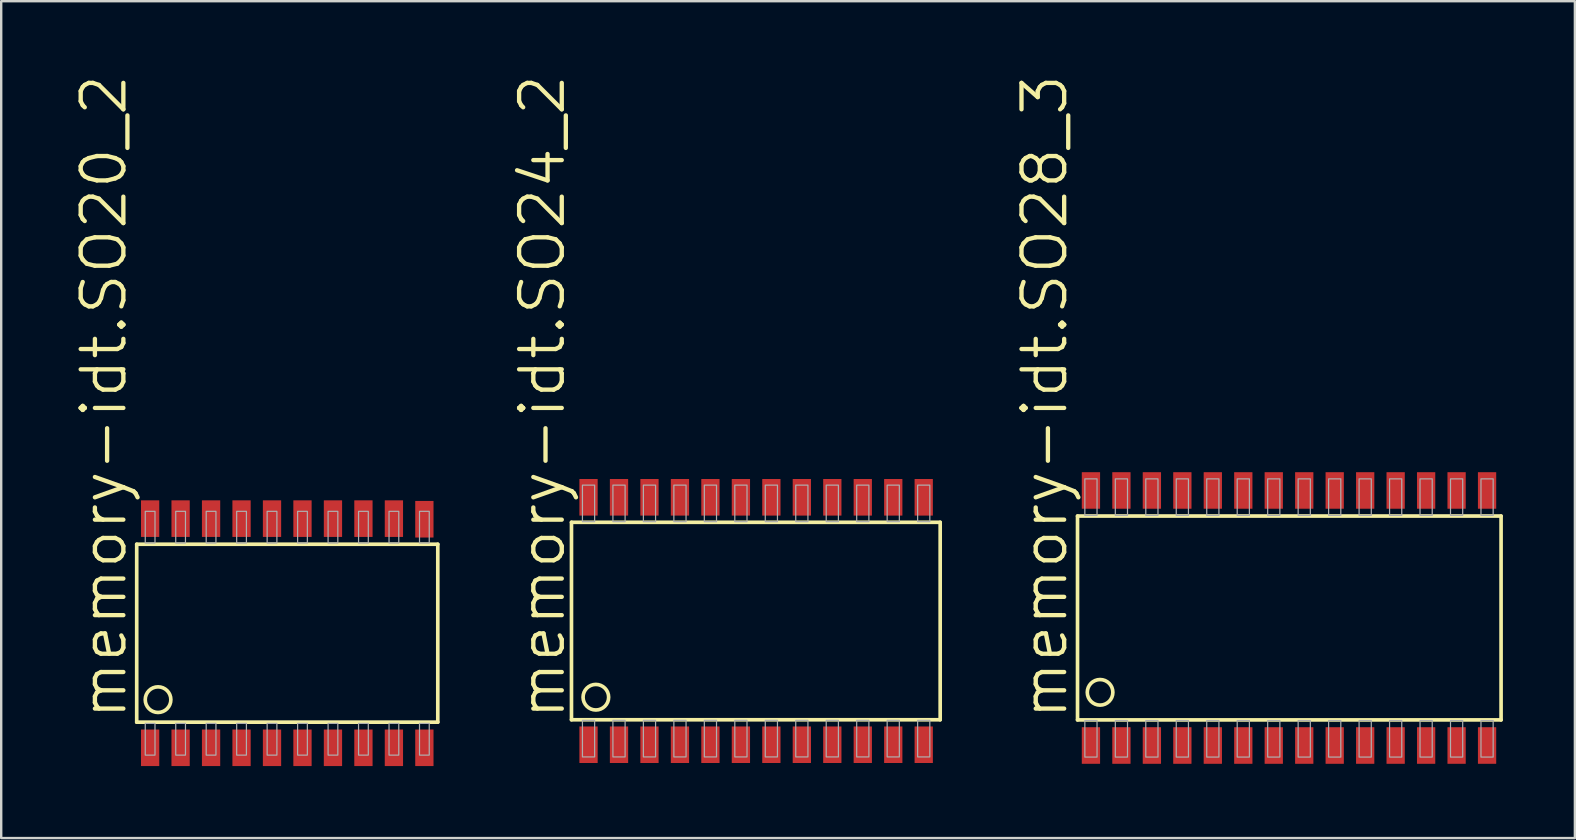
<source format=kicad_pcb>
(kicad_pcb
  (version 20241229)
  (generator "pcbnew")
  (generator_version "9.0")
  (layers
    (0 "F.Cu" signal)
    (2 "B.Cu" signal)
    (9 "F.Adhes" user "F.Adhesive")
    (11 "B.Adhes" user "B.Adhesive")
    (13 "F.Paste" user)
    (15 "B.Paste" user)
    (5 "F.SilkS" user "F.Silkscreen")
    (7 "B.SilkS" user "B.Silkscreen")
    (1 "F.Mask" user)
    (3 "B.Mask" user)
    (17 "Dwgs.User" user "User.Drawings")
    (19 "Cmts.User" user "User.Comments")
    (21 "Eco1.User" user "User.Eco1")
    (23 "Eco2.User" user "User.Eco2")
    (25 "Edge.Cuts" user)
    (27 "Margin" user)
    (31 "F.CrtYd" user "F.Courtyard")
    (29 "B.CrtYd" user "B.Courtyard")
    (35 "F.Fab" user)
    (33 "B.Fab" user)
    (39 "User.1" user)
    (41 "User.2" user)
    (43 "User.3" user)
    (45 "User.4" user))
  (footprint "memory-idt.SO28_3"
    (layer "F.Cu")
    (at 50.673 22.706)
    (property "Reference" "memory-idt.SO28_3" (at -9.144 4.318 90) (layer "F.SilkS") (effects (font (size 1.778 1.778) (thickness 0.18)) (justify left bottom)))
    (attr smd)
    (fp_line (start -8.814 -4.248) (end -8.814 4.248) (stroke (width 0.152) (type default)) (layer "F.SilkS"))
    (fp_line (start -8.814 4.248) (end 8.839 4.248) (stroke (width 0.152) (type default)) (layer "F.SilkS"))
    (fp_line (start 8.839 -4.248) (end -8.814 -4.248) (stroke (width 0.152) (type default)) (layer "F.SilkS"))
    (fp_line (start 8.839 4.248) (end 8.839 -4.248) (stroke (width 0.152) (type default)) (layer "F.SilkS"))
    (fp_circle (center -7.874 3.099) (end -7.341 3.099) (stroke (width 0.152) (type default)) (fill no) (layer "F.SilkS"))
    (fp_rect (start -8.509 -4.274) (end -8.001 -5.798) (stroke (width 0.05) (type default)) (fill no) (layer "F.Fab"))
    (fp_rect (start -8.509 5.798) (end -8.001 4.274) (stroke (width 0.05) (type default)) (fill no) (layer "F.Fab"))
    (fp_rect (start -7.239 -4.274) (end -6.731 -5.798) (stroke (width 0.05) (type default)) (fill no) (layer "F.Fab"))
    (fp_rect (start -7.239 5.798) (end -6.731 4.274) (stroke (width 0.05) (type default)) (fill no) (layer "F.Fab"))
    (fp_rect (start -5.969 -4.274) (end -5.461 -5.798) (stroke (width 0.05) (type default)) (fill no) (layer "F.Fab"))
    (fp_rect (start -5.969 5.798) (end -5.461 4.274) (stroke (width 0.05) (type default)) (fill no) (layer "F.Fab"))
    (fp_rect (start -4.699 -4.274) (end -4.191 -5.798) (stroke (width 0.05) (type default)) (fill no) (layer "F.Fab"))
    (fp_rect (start -4.699 5.798) (end -4.191 4.274) (stroke (width 0.05) (type default)) (fill no) (layer "F.Fab"))
    (fp_rect (start -3.429 -4.274) (end -2.921 -5.798) (stroke (width 0.05) (type default)) (fill no) (layer "F.Fab"))
    (fp_rect (start -3.429 5.798) (end -2.921 4.274) (stroke (width 0.05) (type default)) (fill no) (layer "F.Fab"))
    (fp_rect (start -2.159 -4.274) (end -1.651 -5.798) (stroke (width 0.05) (type default)) (fill no) (layer "F.Fab"))
    (fp_rect (start -2.159 5.798) (end -1.651 4.274) (stroke (width 0.05) (type default)) (fill no) (layer "F.Fab"))
    (fp_rect (start -0.889 -4.274) (end -0.381 -5.798) (stroke (width 0.05) (type default)) (fill no) (layer "F.Fab"))
    (fp_rect (start -0.889 5.798) (end -0.381 4.274) (stroke (width 0.05) (type default)) (fill no) (layer "F.Fab"))
    (fp_rect (start 0.381 -4.274) (end 0.889 -5.798) (stroke (width 0.05) (type default)) (fill no) (layer "F.Fab"))
    (fp_rect (start 0.381 5.798) (end 0.889 4.274) (stroke (width 0.05) (type default)) (fill no) (layer "F.Fab"))
    (fp_rect (start 1.651 -4.274) (end 2.159 -5.798) (stroke (width 0.05) (type default)) (fill no) (layer "F.Fab"))
    (fp_rect (start 1.651 5.798) (end 2.159 4.274) (stroke (width 0.05) (type default)) (fill no) (layer "F.Fab"))
    (fp_rect (start 2.921 -4.274) (end 3.429 -5.798) (stroke (width 0.05) (type default)) (fill no) (layer "F.Fab"))
    (fp_rect (start 2.921 5.798) (end 3.429 4.274) (stroke (width 0.05) (type default)) (fill no) (layer "F.Fab"))
    (fp_rect (start 4.191 -4.274) (end 4.699 -5.798) (stroke (width 0.05) (type default)) (fill no) (layer "F.Fab"))
    (fp_rect (start 4.191 5.798) (end 4.699 4.274) (stroke (width 0.05) (type default)) (fill no) (layer "F.Fab"))
    (fp_rect (start 5.461 -4.274) (end 5.969 -5.798) (stroke (width 0.05) (type default)) (fill no) (layer "F.Fab"))
    (fp_rect (start 5.461 5.798) (end 5.969 4.274) (stroke (width 0.05) (type default)) (fill no) (layer "F.Fab"))
    (fp_rect (start 6.731 -4.274) (end 7.239 -5.798) (stroke (width 0.05) (type default)) (fill no) (layer "F.Fab"))
    (fp_rect (start 6.731 5.798) (end 7.239 4.274) (stroke (width 0.05) (type default)) (fill no) (layer "F.Fab"))
    (fp_rect (start 8.001 -4.274) (end 8.509 -5.798) (stroke (width 0.05) (type default)) (fill no) (layer "F.Fab"))
    (fp_rect (start 8.001 5.798) (end 8.509 4.274) (stroke (width 0.05) (type default)) (fill no) (layer "F.Fab"))
    (pad "1" smd roundrect (at -8.255 5.315) (size 0.762 1.524) (layers "F.Cu" "F.Mask" "F.Paste") (roundrect_rratio 0.01))
    (pad "2" smd roundrect (at -6.985 5.315) (size 0.762 1.524) (layers "F.Cu" "F.Mask" "F.Paste") (roundrect_rratio 0.01))
    (pad "3" smd roundrect (at -5.715 5.315) (size 0.762 1.524) (layers "F.Cu" "F.Mask" "F.Paste") (roundrect_rratio 0.01))
    (pad "4" smd roundrect (at -4.445 5.315) (size 0.762 1.524) (layers "F.Cu" "F.Mask" "F.Paste") (roundrect_rratio 0.01))
    (pad "5" smd roundrect (at -3.175 5.315) (size 0.762 1.524) (layers "F.Cu" "F.Mask" "F.Paste") (roundrect_rratio 0.01))
    (pad "6" smd roundrect (at -1.905 5.315) (size 0.762 1.524) (layers "F.Cu" "F.Mask" "F.Paste") (roundrect_rratio 0.01))
    (pad "7" smd roundrect (at -0.635 5.315) (size 0.762 1.524) (layers "F.Cu" "F.Mask" "F.Paste") (roundrect_rratio 0.01))
    (pad "8" smd roundrect (at 0.635 5.315) (size 0.762 1.524) (layers "F.Cu" "F.Mask" "F.Paste") (roundrect_rratio 0.01))
    (pad "9" smd roundrect (at 1.905 5.315) (size 0.762 1.524) (layers "F.Cu" "F.Mask" "F.Paste") (roundrect_rratio 0.01))
    (pad "10" smd roundrect (at 3.175 5.315) (size 0.762 1.524) (layers "F.Cu" "F.Mask" "F.Paste") (roundrect_rratio 0.01))
    (pad "11" smd roundrect (at 4.445 5.315) (size 0.762 1.524) (layers "F.Cu" "F.Mask" "F.Paste") (roundrect_rratio 0.01))
    (pad "12" smd roundrect (at 5.715 5.315) (size 0.762 1.524) (layers "F.Cu" "F.Mask" "F.Paste") (roundrect_rratio 0.01))
    (pad "13" smd roundrect (at 6.985 5.315) (size 0.762 1.524) (layers "F.Cu" "F.Mask" "F.Paste") (roundrect_rratio 0.01))
    (pad "14" smd roundrect (at 8.255 5.315) (size 0.762 1.524) (layers "F.Cu" "F.Mask" "F.Paste") (roundrect_rratio 0.01))
    (pad "15" smd roundrect (at 8.255 -5.315) (size 0.762 1.524) (layers "F.Cu" "F.Mask" "F.Paste") (roundrect_rratio 0.01))
    (pad "16" smd roundrect (at 6.985 -5.315) (size 0.762 1.524) (layers "F.Cu" "F.Mask" "F.Paste") (roundrect_rratio 0.01))
    (pad "17" smd roundrect (at 5.715 -5.315) (size 0.762 1.524) (layers "F.Cu" "F.Mask" "F.Paste") (roundrect_rratio 0.01))
    (pad "18" smd roundrect (at 4.445 -5.315) (size 0.762 1.524) (layers "F.Cu" "F.Mask" "F.Paste") (roundrect_rratio 0.01))
    (pad "19" smd roundrect (at 3.175 -5.315) (size 0.762 1.524) (layers "F.Cu" "F.Mask" "F.Paste") (roundrect_rratio 0.01))
    (pad "20" smd roundrect (at 1.905 -5.315) (size 0.762 1.524) (layers "F.Cu" "F.Mask" "F.Paste") (roundrect_rratio 0.01))
    (pad "21" smd roundrect (at 0.635 -5.315) (size 0.762 1.524) (layers "F.Cu" "F.Mask" "F.Paste") (roundrect_rratio 0.01))
    (pad "22" smd roundrect (at -0.635 -5.315) (size 0.762 1.524) (layers "F.Cu" "F.Mask" "F.Paste") (roundrect_rratio 0.01))
    (pad "23" smd roundrect (at -1.905 -5.315) (size 0.762 1.524) (layers "F.Cu" "F.Mask" "F.Paste") (roundrect_rratio 0.01))
    (pad "24" smd roundrect (at -3.175 -5.315) (size 0.762 1.524) (layers "F.Cu" "F.Mask" "F.Paste") (roundrect_rratio 0.01))
    (pad "25" smd roundrect (at -4.445 -5.315) (size 0.762 1.524) (layers "F.Cu" "F.Mask" "F.Paste") (roundrect_rratio 0.01))
    (pad "26" smd roundrect (at -5.715 -5.315) (size 0.762 1.524) (layers "F.Cu" "F.Mask" "F.Paste") (roundrect_rratio 0.01))
    (pad "27" smd roundrect (at -6.985 -5.315) (size 0.762 1.524) (layers "F.Cu" "F.Mask" "F.Paste") (roundrect_rratio 0.01))
    (pad "28" smd roundrect (at -8.255 -5.315) (size 0.762 1.524) (layers "F.Cu" "F.Mask" "F.Paste") (roundrect_rratio 0.01)))
  (footprint "memory-idt.SO20_2"
    (layer "F.Cu")
    (at 8.922 23.341)
    (property "Reference" "memory-idt.SO20_2" (at -6.604 3.683 90) (layer "F.SilkS") (effects (font (size 1.778 1.778) (thickness 0.18)) (justify left bottom)))
    (attr smd)
    (fp_line (start -6.274 -3.708) (end -6.274 3.708) (stroke (width 0.152) (type default)) (layer "F.SilkS"))
    (fp_line (start -6.274 3.708) (end 6.274 3.708) (stroke (width 0.152) (type default)) (layer "F.SilkS"))
    (fp_line (start 6.274 -3.708) (end -6.274 -3.708) (stroke (width 0.152) (type default)) (layer "F.SilkS"))
    (fp_line (start 6.274 3.708) (end 6.274 -3.708) (stroke (width 0.152) (type default)) (layer "F.SilkS"))
    (fp_circle (center -5.385 2.769) (end -4.851 2.769) (stroke (width 0.152) (type default)) (fill no) (layer "F.SilkS"))
    (fp_rect (start -5.918 -3.759) (end -5.512 -5.08) (stroke (width 0.05) (type default)) (fill no) (layer "F.Fab"))
    (fp_rect (start -5.918 5.08) (end -5.512 3.759) (stroke (width 0.05) (type default)) (fill no) (layer "F.Fab"))
    (fp_rect (start -4.648 -3.759) (end -4.242 -5.08) (stroke (width 0.05) (type default)) (fill no) (layer "F.Fab"))
    (fp_rect (start -4.648 5.08) (end -4.242 3.759) (stroke (width 0.05) (type default)) (fill no) (layer "F.Fab"))
    (fp_rect (start -3.378 -3.759) (end -2.972 -5.08) (stroke (width 0.05) (type default)) (fill no) (layer "F.Fab"))
    (fp_rect (start -3.378 5.08) (end -2.972 3.759) (stroke (width 0.05) (type default)) (fill no) (layer "F.Fab"))
    (fp_rect (start -2.108 -3.759) (end -1.702 -5.08) (stroke (width 0.05) (type default)) (fill no) (layer "F.Fab"))
    (fp_rect (start -2.108 5.08) (end -1.702 3.759) (stroke (width 0.05) (type default)) (fill no) (layer "F.Fab"))
    (fp_rect (start -0.838 -3.759) (end -0.432 -5.08) (stroke (width 0.05) (type default)) (fill no) (layer "F.Fab"))
    (fp_rect (start -0.838 5.08) (end -0.432 3.759) (stroke (width 0.05) (type default)) (fill no) (layer "F.Fab"))
    (fp_rect (start 0.432 -3.759) (end 0.838 -5.08) (stroke (width 0.05) (type default)) (fill no) (layer "F.Fab"))
    (fp_rect (start 0.432 5.08) (end 0.838 3.759) (stroke (width 0.05) (type default)) (fill no) (layer "F.Fab"))
    (fp_rect (start 1.702 -3.759) (end 2.108 -5.08) (stroke (width 0.05) (type default)) (fill no) (layer "F.Fab"))
    (fp_rect (start 1.702 5.08) (end 2.108 3.759) (stroke (width 0.05) (type default)) (fill no) (layer "F.Fab"))
    (fp_rect (start 2.972 -3.759) (end 3.378 -5.08) (stroke (width 0.05) (type default)) (fill no) (layer "F.Fab"))
    (fp_rect (start 2.972 5.08) (end 3.378 3.759) (stroke (width 0.05) (type default)) (fill no) (layer "F.Fab"))
    (fp_rect (start 4.242 -3.759) (end 4.648 -5.08) (stroke (width 0.05) (type default)) (fill no) (layer "F.Fab"))
    (fp_rect (start 4.242 5.08) (end 4.648 3.759) (stroke (width 0.05) (type default)) (fill no) (layer "F.Fab"))
    (fp_rect (start 5.512 -3.759) (end 5.918 -5.08) (stroke (width 0.05) (type default)) (fill no) (layer "F.Fab"))
    (fp_rect (start 5.512 5.08) (end 5.918 3.759) (stroke (width 0.05) (type default)) (fill no) (layer "F.Fab"))
    (pad "1" smd roundrect (at -5.715 4.775) (size 0.762 1.524) (layers "F.Cu" "F.Mask" "F.Paste") (roundrect_rratio 0.01))
    (pad "2" smd roundrect (at -4.445 4.775) (size 0.762 1.524) (layers "F.Cu" "F.Mask" "F.Paste") (roundrect_rratio 0.01))
    (pad "3" smd roundrect (at -3.175 4.775) (size 0.762 1.524) (layers "F.Cu" "F.Mask" "F.Paste") (roundrect_rratio 0.01))
    (pad "4" smd roundrect (at -1.905 4.775) (size 0.762 1.524) (layers "F.Cu" "F.Mask" "F.Paste") (roundrect_rratio 0.01))
    (pad "5" smd roundrect (at -0.635 4.775) (size 0.762 1.524) (layers "F.Cu" "F.Mask" "F.Paste") (roundrect_rratio 0.01))
    (pad "6" smd roundrect (at 0.635 4.775) (size 0.762 1.524) (layers "F.Cu" "F.Mask" "F.Paste") (roundrect_rratio 0.01))
    (pad "7" smd roundrect (at 1.905 4.775) (size 0.762 1.524) (layers "F.Cu" "F.Mask" "F.Paste") (roundrect_rratio 0.01))
    (pad "8" smd roundrect (at 3.175 4.775) (size 0.762 1.524) (layers "F.Cu" "F.Mask" "F.Paste") (roundrect_rratio 0.01))
    (pad "9" smd roundrect (at 4.445 4.775) (size 0.762 1.524) (layers "F.Cu" "F.Mask" "F.Paste") (roundrect_rratio 0.01))
    (pad "10" smd roundrect (at 5.715 4.775) (size 0.762 1.524) (layers "F.Cu" "F.Mask" "F.Paste") (roundrect_rratio 0.01))
    (pad "11" smd roundrect (at 5.715 -4.75) (size 0.762 1.524) (layers "F.Cu" "F.Mask" "F.Paste") (roundrect_rratio 0.01))
    (pad "12" smd roundrect (at 4.445 -4.775) (size 0.762 1.524) (layers "F.Cu" "F.Mask" "F.Paste") (roundrect_rratio 0.01))
    (pad "13" smd roundrect (at 3.175 -4.775) (size 0.762 1.524) (layers "F.Cu" "F.Mask" "F.Paste") (roundrect_rratio 0.01))
    (pad "14" smd roundrect (at 1.905 -4.775) (size 0.762 1.524) (layers "F.Cu" "F.Mask" "F.Paste") (roundrect_rratio 0.01))
    (pad "15" smd roundrect (at 0.635 -4.775) (size 0.762 1.524) (layers "F.Cu" "F.Mask" "F.Paste") (roundrect_rratio 0.01))
    (pad "16" smd roundrect (at -0.635 -4.775) (size 0.762 1.524) (layers "F.Cu" "F.Mask" "F.Paste") (roundrect_rratio 0.01))
    (pad "17" smd roundrect (at -1.905 -4.775) (size 0.762 1.524) (layers "F.Cu" "F.Mask" "F.Paste") (roundrect_rratio 0.01))
    (pad "18" smd roundrect (at -3.175 -4.775) (size 0.762 1.524) (layers "F.Cu" "F.Mask" "F.Paste") (roundrect_rratio 0.01))
    (pad "19" smd roundrect (at -4.445 -4.775) (size 0.762 1.524) (layers "F.Cu" "F.Mask" "F.Paste") (roundrect_rratio 0.01))
    (pad "20" smd roundrect (at -5.715 -4.775) (size 0.762 1.524) (layers "F.Cu" "F.Mask" "F.Paste") (roundrect_rratio 0.01)))
  (footprint "memory-idt.SO24_2"
    (layer "F.Cu")
    (at 28.464 22.833)
    (property "Reference" "memory-idt.SO24_2" (at -7.874 4.191 90) (layer "F.SilkS") (effects (font (size 1.778 1.778) (thickness 0.18)) (justify left bottom)))
    (attr smd)
    (fp_line (start -7.696 -4.115) (end -7.696 4.115) (stroke (width 0.152) (type default)) (layer "F.SilkS"))
    (fp_line (start -7.696 4.115) (end 7.671 4.115) (stroke (width 0.152) (type default)) (layer "F.SilkS"))
    (fp_line (start 7.671 -4.115) (end -7.696 -4.115) (stroke (width 0.152) (type default)) (layer "F.SilkS"))
    (fp_line (start 7.671 4.115) (end 7.671 -4.115) (stroke (width 0.152) (type default)) (layer "F.SilkS"))
    (fp_circle (center -6.68 3.175) (end -6.147 3.175) (stroke (width 0.152) (type default)) (fill no) (layer "F.SilkS"))
    (fp_rect (start -7.239 -4.14) (end -6.731 -5.664) (stroke (width 0.05) (type default)) (fill no) (layer "F.Fab"))
    (fp_rect (start -7.239 5.664) (end -6.731 4.14) (stroke (width 0.05) (type default)) (fill no) (layer "F.Fab"))
    (fp_rect (start -5.969 -4.14) (end -5.461 -5.664) (stroke (width 0.05) (type default)) (fill no) (layer "F.Fab"))
    (fp_rect (start -5.969 5.664) (end -5.461 4.14) (stroke (width 0.05) (type default)) (fill no) (layer "F.Fab"))
    (fp_rect (start -4.699 -4.14) (end -4.191 -5.664) (stroke (width 0.05) (type default)) (fill no) (layer "F.Fab"))
    (fp_rect (start -4.699 5.664) (end -4.191 4.14) (stroke (width 0.05) (type default)) (fill no) (layer "F.Fab"))
    (fp_rect (start -3.429 -4.14) (end -2.921 -5.664) (stroke (width 0.05) (type default)) (fill no) (layer "F.Fab"))
    (fp_rect (start -3.429 5.664) (end -2.921 4.14) (stroke (width 0.05) (type default)) (fill no) (layer "F.Fab"))
    (fp_rect (start -2.159 -4.14) (end -1.651 -5.664) (stroke (width 0.05) (type default)) (fill no) (layer "F.Fab"))
    (fp_rect (start -2.159 5.664) (end -1.651 4.14) (stroke (width 0.05) (type default)) (fill no) (layer "F.Fab"))
    (fp_rect (start -0.889 -4.14) (end -0.381 -5.664) (stroke (width 0.05) (type default)) (fill no) (layer "F.Fab"))
    (fp_rect (start -0.889 5.664) (end -0.381 4.14) (stroke (width 0.05) (type default)) (fill no) (layer "F.Fab"))
    (fp_rect (start 0.381 -4.14) (end 0.889 -5.664) (stroke (width 0.05) (type default)) (fill no) (layer "F.Fab"))
    (fp_rect (start 0.381 5.664) (end 0.889 4.14) (stroke (width 0.05) (type default)) (fill no) (layer "F.Fab"))
    (fp_rect (start 1.651 -4.14) (end 2.159 -5.664) (stroke (width 0.05) (type default)) (fill no) (layer "F.Fab"))
    (fp_rect (start 1.651 5.664) (end 2.159 4.14) (stroke (width 0.05) (type default)) (fill no) (layer "F.Fab"))
    (fp_rect (start 2.921 -4.14) (end 3.429 -5.664) (stroke (width 0.05) (type default)) (fill no) (layer "F.Fab"))
    (fp_rect (start 2.921 5.664) (end 3.429 4.14) (stroke (width 0.05) (type default)) (fill no) (layer "F.Fab"))
    (fp_rect (start 4.191 -4.14) (end 4.699 -5.664) (stroke (width 0.05) (type default)) (fill no) (layer "F.Fab"))
    (fp_rect (start 4.191 5.664) (end 4.699 4.14) (stroke (width 0.05) (type default)) (fill no) (layer "F.Fab"))
    (fp_rect (start 5.461 -4.14) (end 5.969 -5.664) (stroke (width 0.05) (type default)) (fill no) (layer "F.Fab"))
    (fp_rect (start 5.461 5.664) (end 5.969 4.14) (stroke (width 0.05) (type default)) (fill no) (layer "F.Fab"))
    (fp_rect (start 6.731 -4.14) (end 7.239 -5.664) (stroke (width 0.05) (type default)) (fill no) (layer "F.Fab"))
    (fp_rect (start 6.731 5.664) (end 7.239 4.14) (stroke (width 0.05) (type default)) (fill no) (layer "F.Fab"))
    (pad "1" smd roundrect (at -6.985 5.156) (size 0.762 1.524) (layers "F.Cu" "F.Mask" "F.Paste") (roundrect_rratio 0.01))
    (pad "2" smd roundrect (at -5.715 5.156) (size 0.762 1.524) (layers "F.Cu" "F.Mask" "F.Paste") (roundrect_rratio 0.01))
    (pad "3" smd roundrect (at -4.445 5.156) (size 0.762 1.524) (layers "F.Cu" "F.Mask" "F.Paste") (roundrect_rratio 0.01))
    (pad "4" smd roundrect (at -3.175 5.156) (size 0.762 1.524) (layers "F.Cu" "F.Mask" "F.Paste") (roundrect_rratio 0.01))
    (pad "5" smd roundrect (at -1.905 5.156) (size 0.762 1.524) (layers "F.Cu" "F.Mask" "F.Paste") (roundrect_rratio 0.01))
    (pad "6" smd roundrect (at -0.635 5.156) (size 0.762 1.524) (layers "F.Cu" "F.Mask" "F.Paste") (roundrect_rratio 0.01))
    (pad "7" smd roundrect (at 0.635 5.156) (size 0.762 1.524) (layers "F.Cu" "F.Mask" "F.Paste") (roundrect_rratio 0.01))
    (pad "8" smd roundrect (at 1.905 5.156) (size 0.762 1.524) (layers "F.Cu" "F.Mask" "F.Paste") (roundrect_rratio 0.01))
    (pad "9" smd roundrect (at 3.175 5.156) (size 0.762 1.524) (layers "F.Cu" "F.Mask" "F.Paste") (roundrect_rratio 0.01))
    (pad "10" smd roundrect (at 4.445 5.156) (size 0.762 1.524) (layers "F.Cu" "F.Mask" "F.Paste") (roundrect_rratio 0.01))
    (pad "11" smd roundrect (at 5.715 5.156) (size 0.762 1.524) (layers "F.Cu" "F.Mask" "F.Paste") (roundrect_rratio 0.01))
    (pad "12" smd roundrect (at 6.985 5.156) (size 0.762 1.524) (layers "F.Cu" "F.Mask" "F.Paste") (roundrect_rratio 0.01))
    (pad "13" smd roundrect (at 6.985 -5.156) (size 0.762 1.524) (layers "F.Cu" "F.Mask" "F.Paste") (roundrect_rratio 0.01))
    (pad "14" smd roundrect (at 5.715 -5.156) (size 0.762 1.524) (layers "F.Cu" "F.Mask" "F.Paste") (roundrect_rratio 0.01))
    (pad "15" smd roundrect (at 4.445 -5.156) (size 0.762 1.524) (layers "F.Cu" "F.Mask" "F.Paste") (roundrect_rratio 0.01))
    (pad "16" smd roundrect (at 3.175 -5.156) (size 0.762 1.524) (layers "F.Cu" "F.Mask" "F.Paste") (roundrect_rratio 0.01))
    (pad "17" smd roundrect (at 1.905 -5.156) (size 0.762 1.524) (layers "F.Cu" "F.Mask" "F.Paste") (roundrect_rratio 0.01))
    (pad "18" smd roundrect (at 0.635 -5.156) (size 0.762 1.524) (layers "F.Cu" "F.Mask" "F.Paste") (roundrect_rratio 0.01))
    (pad "19" smd roundrect (at -0.635 -5.156) (size 0.762 1.524) (layers "F.Cu" "F.Mask" "F.Paste") (roundrect_rratio 0.01))
    (pad "20" smd roundrect (at -1.905 -5.156) (size 0.762 1.524) (layers "F.Cu" "F.Mask" "F.Paste") (roundrect_rratio 0.01))
    (pad "21" smd roundrect (at -3.175 -5.156) (size 0.762 1.524) (layers "F.Cu" "F.Mask" "F.Paste") (roundrect_rratio 0.01))
    (pad "22" smd roundrect (at -4.445 -5.156) (size 0.762 1.524) (layers "F.Cu" "F.Mask" "F.Paste") (roundrect_rratio 0.01))
    (pad "23" smd roundrect (at -5.715 -5.156) (size 0.762 1.524) (layers "F.Cu" "F.Mask" "F.Paste") (roundrect_rratio 0.01))
    (pad "24" smd roundrect (at -6.985 -5.156) (size 0.762 1.524) (layers "F.Cu" "F.Mask" "F.Paste") (roundrect_rratio 0.01)))
  (gr_rect
    (start -3 -3)
    (end 62.588 31.878)
    (stroke (width 0.1) (type default))
    (fill no)
    (layer "Edge.Cuts")))
</source>
